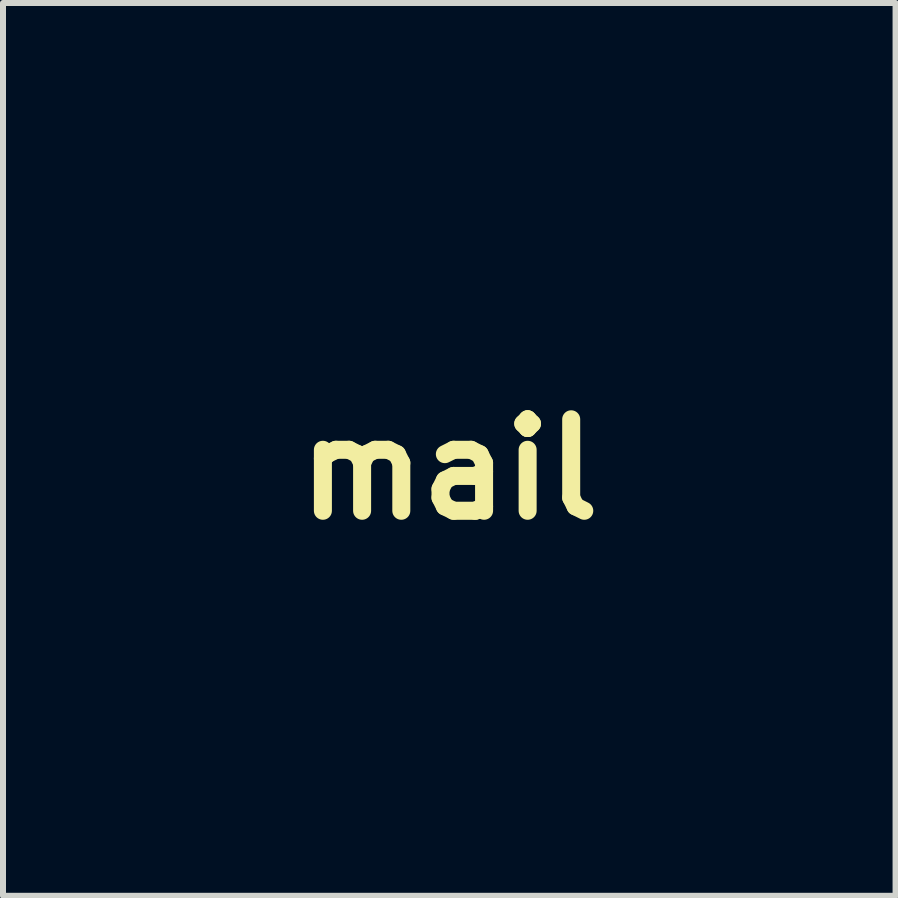
<source format=kicad_pcb>
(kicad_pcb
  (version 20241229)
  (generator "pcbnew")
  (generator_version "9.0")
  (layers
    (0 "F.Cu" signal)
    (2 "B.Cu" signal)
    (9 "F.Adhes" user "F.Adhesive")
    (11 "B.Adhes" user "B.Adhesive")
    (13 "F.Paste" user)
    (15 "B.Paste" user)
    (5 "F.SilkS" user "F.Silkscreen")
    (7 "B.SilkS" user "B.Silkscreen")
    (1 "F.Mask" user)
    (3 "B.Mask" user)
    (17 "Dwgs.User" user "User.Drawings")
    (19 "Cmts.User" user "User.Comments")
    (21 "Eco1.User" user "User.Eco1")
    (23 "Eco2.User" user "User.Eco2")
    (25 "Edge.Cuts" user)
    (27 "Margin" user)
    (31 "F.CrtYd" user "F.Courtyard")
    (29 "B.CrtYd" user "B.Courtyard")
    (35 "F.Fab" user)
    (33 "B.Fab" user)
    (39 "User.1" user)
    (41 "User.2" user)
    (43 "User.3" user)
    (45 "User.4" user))
  (footprint "mail"
    (layer "F.Cu")
    (at 4.434 4.77)
    (property "Reference" "mail" (at 0 0 0) (layer "F.SilkS") (effects (font (size 1.524 1.524) (thickness 0.3))))
    (attr board_only exclude_from_pos_files exclude_from_bom)
    (fp_poly (pts (xy 0.104 -4.77) (xy 0.181 -4.766) (xy 0.461 -4.744) (xy 0.725 -4.709) (xy 0.977 -4.662) (xy 1.218 -4.601) (xy 1.453 -4.526) (xy 1.583 -4.478) (xy 1.627 -4.461) (xy 1.665 -4.447) (xy 1.69 -4.438) (xy 1.694 -4.437) (xy 1.718 -4.428) (xy 1.758 -4.41) (xy 1.81 -4.386) (xy 1.872 -4.356) (xy 1.939 -4.322) (xy 2.008 -4.287) (xy 2.077 -4.252) (xy 2.141 -4.218) (xy 2.197 -4.188) (xy 2.241 -4.163) (xy 2.244 -4.161) (xy 2.508 -3.993) (xy 2.758 -3.807) (xy 2.995 -3.604) (xy 3.217 -3.386) (xy 3.424 -3.153) (xy 3.614 -2.906) (xy 3.785 -2.647) (xy 3.815 -2.598) (xy 3.841 -2.554) (xy 3.872 -2.497) (xy 3.906 -2.432) (xy 3.942 -2.363) (xy 3.979 -2.292) (xy 4.013 -2.223) (xy 4.045 -2.159) (xy 4.071 -2.103) (xy 4.091 -2.06) (xy 4.102 -2.032) (xy 4.103 -2.028) (xy 4.11 -2.007) (xy 4.123 -1.973) (xy 4.139 -1.931) (xy 4.144 -1.917) (xy 4.175 -1.834) (xy 4.21 -1.731) (xy 4.249 -1.61) (xy 4.267 -1.55) (xy 4.313 -1.378) (xy 4.354 -1.189) (xy 4.387 -0.987) (xy 4.413 -0.776) (xy 4.43 -0.562) (xy 4.433 -0.508) (xy 4.437 -0.321) (xy 4.431 -0.122) (xy 4.415 0.083) (xy 4.391 0.289) (xy 4.36 0.49) (xy 4.32 0.682) (xy 4.275 0.858) (xy 4.267 0.883) (xy 4.227 1.011) (xy 4.191 1.122) (xy 4.158 1.214) (xy 4.144 1.25) (xy 4.127 1.295) (xy 4.112 1.336) (xy 4.102 1.365) (xy 4.1 1.37) (xy 4.089 1.398) (xy 4.069 1.442) (xy 4.042 1.499) (xy 4.01 1.564) (xy 3.974 1.635) (xy 3.937 1.708) (xy 3.899 1.779) (xy 3.864 1.844) (xy 3.832 1.901) (xy 3.814 1.932) (xy 3.674 2.154) (xy 3.521 2.364) (xy 3.353 2.567) (xy 3.167 2.767) (xy 3.134 2.8) (xy 2.94 2.985) (xy 2.744 3.151) (xy 2.543 3.301) (xy 2.333 3.44) (xy 2.108 3.569) (xy 1.92 3.665) (xy 1.857 3.696) (xy 1.799 3.723) (xy 1.751 3.745) (xy 1.716 3.761) (xy 1.696 3.77) (xy 1.694 3.77) (xy 1.674 3.777) (xy 1.64 3.789) (xy 1.597 3.805) (xy 1.583 3.811) (xy 1.304 3.908) (xy 1.015 3.986) (xy 0.717 4.044) (xy 0.461 4.077) (xy 0.279 4.093) (xy 0.115 4.102) (xy -0.037 4.104) (xy -0.18 4.101) (xy -0.2 4.1) (xy -0.477 4.077) (xy -0.741 4.041) (xy -0.998 3.99) (xy -1.251 3.923) (xy -1.506 3.839) (xy -1.761 3.74) (xy -1.792 3.727) (xy -1.837 3.705) (xy -1.893 3.677) (xy -1.956 3.647) (xy -2.019 3.615) (xy -2.079 3.584) (xy -2.132 3.557) (xy -2.172 3.535) (xy -2.189 3.526) (xy -2.27 3.478) (xy -2.337 3.438) (xy -2.394 3.402) (xy -2.448 3.367) (xy -2.503 3.329) (xy -2.533 3.308) (xy -2.786 3.117) (xy -3.024 2.911) (xy -3.246 2.689) (xy -3.451 2.453) (xy -3.639 2.204) (xy -3.809 1.942) (xy -3.814 1.932) (xy -3.843 1.883) (xy -3.846 1.876) (xy -2.984 1.876) (xy -2.973 1.877) (xy -2.94 1.879) (xy -2.887 1.88) (xy -2.815 1.881) (xy -2.725 1.882) (xy -2.619 1.883) (xy -2.497 1.884) (xy -2.361 1.885) (xy -2.211 1.886) (xy -2.049 1.886) (xy -1.876 1.887) (xy -1.693 1.888) (xy -1.501 1.888) (xy -1.301 1.889) (xy -1.095 1.889) (xy -0.882 1.889) (xy -0.666 1.889) (xy -0.446 1.89) (xy -0.223 1.89) (xy 0.001 1.89) (xy 0.224 1.89) (xy 0.447 1.89) (xy 0.667 1.89) (xy 0.885 1.889) (xy 1.098 1.889) (xy 1.305 1.889) (xy 1.506 1.888) (xy 1.699 1.888) (xy 1.884 1.887) (xy 2.058 1.887) (xy 2.222 1.886) (xy 2.374 1.885) (xy 2.512 1.884) (xy 2.636 1.884) (xy 2.744 1.883) (xy 2.836 1.882) (xy 2.911 1.88) (xy 2.966 1.879) (xy 3.002 1.878) (xy 3.017 1.877) (xy 3.017 1.877) (xy 3.014 1.863) (xy 2.997 1.841) (xy 2.983 1.826) (xy 2.96 1.805) (xy 2.925 1.773) (xy 2.882 1.732) (xy 2.835 1.687) (xy 2.811 1.664) (xy 2.77 1.624) (xy 2.717 1.572) (xy 2.654 1.511) (xy 2.584 1.444) (xy 2.512 1.374) (xy 2.44 1.305) (xy 2.416 1.283) (xy 2.292 1.163) (xy 2.174 1.05) (xy 2.064 0.944) (xy 1.962 0.847) (xy 1.87 0.758) (xy 1.789 0.68) (xy 1.718 0.612) (xy 1.66 0.557) (xy 1.615 0.513) (xy 1.584 0.484) (xy 1.568 0.468) (xy 1.566 0.467) (xy 1.554 0.455) (xy 1.528 0.43) (xy 1.49 0.394) (xy 1.443 0.348) (xy 1.388 0.295) (xy 1.328 0.237) (xy 1.305 0.215) (xy 1.208 0.122) (xy 1.126 0.043) (xy 1.057 -0.023) (xy 1.001 -0.076) (xy 0.955 -0.119) (xy 0.92 -0.151) (xy 0.893 -0.175) (xy 0.873 -0.191) (xy 0.86 -0.201) (xy 0.851 -0.205) (xy 0.849 -0.206) (xy 0.843 -0.203) (xy 0.831 -0.196) (xy 0.812 -0.182) (xy 0.785 -0.162) (xy 0.748 -0.134) (xy 0.702 -0.097) (xy 0.645 -0.051) (xy 0.575 0.006) (xy 0.492 0.073) (xy 0.394 0.153) (xy 0.281 0.245) (xy 0.204 0.308) (xy 0.15 0.352) (xy 0.101 0.391) (xy 0.061 0.422) (xy 0.032 0.444) (xy 0.017 0.455) (xy 0.016 0.456) (xy 0.004 0.449) (xy -0.021 0.431) (xy -0.054 0.405) (xy -0.077 0.386) (xy -0.116 0.354) (xy -0.167 0.313) (xy -0.224 0.266) (xy -0.282 0.22) (xy -0.306 0.2) (xy -0.412 0.115) (xy -0.501 0.043) (xy -0.576 -0.018) (xy -0.637 -0.068) (xy -0.686 -0.108) (xy -0.725 -0.139) (xy -0.753 -0.162) (xy -0.773 -0.179) (xy -0.786 -0.191) (xy -0.792 -0.197) (xy -0.794 -0.2) (xy -0.8 -0.207) (xy -0.808 -0.21) (xy -0.82 -0.207) (xy -0.837 -0.196) (xy -0.861 -0.177) (xy -0.894 -0.149) (xy -0.937 -0.109) (xy -0.993 -0.056) (xy -1.062 0.01) (xy -1.083 0.031) (xy -1.119 0.066) (xy -1.167 0.112) (xy -1.226 0.169) (xy -1.292 0.232) (xy -1.363 0.3) (xy -1.435 0.37) (xy -1.478 0.411) (xy -1.55 0.479) (xy -1.622 0.549) (xy -1.691 0.615) (xy -1.754 0.676) (xy -1.809 0.729) (xy -1.853 0.771) (xy -1.872 0.79) (xy -1.919 0.835) (xy -1.966 0.88) (xy -2.007 0.92) (xy -2.039 0.95) (xy -2.041 0.952) (xy -2.071 0.981) (xy -2.116 1.023) (xy -2.171 1.076) (xy -2.234 1.136) (xy -2.303 1.202) (xy -2.374 1.271) (xy -2.446 1.34) (xy -2.516 1.407) (xy -2.581 1.469) (xy -2.638 1.524) (xy -2.683 1.567) (xy -2.737 1.618) (xy -2.793 1.672) (xy -2.846 1.723) (xy -2.891 1.766) (xy -2.904 1.779) (xy -2.943 1.818) (xy -2.97 1.849) (xy -2.984 1.87) (xy -2.984 1.876) (xy -3.846 1.876) (xy -3.876 1.822) (xy -3.912 1.755) (xy -3.95 1.683) (xy -3.987 1.61) (xy -4.022 1.541) (xy -4.052 1.478) (xy -4.077 1.425) (xy -4.094 1.386) (xy -4.1 1.37) (xy -4.108 1.345) (xy -4.123 1.307) (xy -4.14 1.262) (xy -4.145 1.25) (xy -4.238 0.982) (xy -4.314 0.704) (xy -4.372 0.418) (xy -4.411 0.125) (xy -4.432 -0.17) (xy -4.433 -0.303) (xy -3.285 -0.303) (xy -3.285 -0.123) (xy -3.284 0.055) (xy -3.284 0.23) (xy -3.284 0.401) (xy -3.283 0.566) (xy -3.282 0.724) (xy -3.282 0.873) (xy -3.281 1.012) (xy -3.28 1.139) (xy -3.278 1.254) (xy -3.277 1.354) (xy -3.276 1.439) (xy -3.274 1.506) (xy -3.272 1.555) (xy -3.271 1.585) (xy -3.269 1.592) (xy -3.256 1.624) (xy -3.225 1.6) (xy -3.207 1.585) (xy -3.177 1.557) (xy -3.137 1.519) (xy -3.091 1.475) (xy -3.044 1.43) (xy -3.008 1.394) (xy -2.96 1.348) (xy -2.903 1.293) (xy -2.839 1.232) (xy -2.772 1.166) (xy -2.702 1.1) (xy -2.633 1.033) (xy -2.567 0.97) (xy -2.507 0.912) (xy -2.455 0.862) (xy -2.413 0.822) (xy -2.384 0.794) (xy -2.378 0.789) (xy -2.361 0.772) (xy -2.329 0.742) (xy -2.285 0.7) (xy -2.231 0.648) (xy -2.168 0.588) (xy -2.099 0.521) (xy -2.025 0.45) (xy -1.948 0.376) (xy -1.869 0.301) (xy -1.792 0.227) (xy -1.718 0.155) (xy -1.648 0.088) (xy -1.585 0.027) (xy -1.539 -0.017) (xy -1.47 -0.083) (xy -1.403 -0.148) (xy -1.339 -0.21) (xy -1.281 -0.265) (xy -1.233 -0.311) (xy -1.196 -0.346) (xy -1.184 -0.358) (xy -1.097 -0.441) (xy -1.367 -0.673) (xy -1.475 -0.766) (xy -1.568 -0.845) (xy -1.647 -0.913) (xy -1.714 -0.97) (xy -1.77 -1.019) (xy -1.817 -1.059) (xy -1.857 -1.093) (xy -1.891 -1.122) (xy -1.921 -1.147) (xy -1.948 -1.17) (xy -1.951 -1.173) (xy -1.98 -1.197) (xy -2.022 -1.233) (xy -2.074 -1.278) (xy -2.135 -1.33) (xy -2.201 -1.387) (xy -2.272 -1.447) (xy -2.344 -1.509) (xy -2.414 -1.569) (xy -2.482 -1.627) (xy -2.544 -1.681) (xy -2.599 -1.728) (xy -2.644 -1.766) (xy -2.676 -1.794) (xy -2.694 -1.81) (xy -2.694 -1.81) (xy -2.718 -1.831) (xy -2.755 -1.862) (xy -2.801 -1.902) (xy -2.853 -1.947) (xy -2.907 -1.993) (xy -2.96 -2.038) (xy -3.007 -2.078) (xy -3.046 -2.111) (xy -3.066 -2.128) (xy -3.102 -2.158) (xy -3.146 -2.195) (xy -3.187 -2.231) (xy -3.188 -2.232) (xy -3.255 -2.291) (xy -3.269 -2.259) (xy -3.271 -2.244) (xy -3.273 -2.208) (xy -3.275 -2.153) (xy -3.276 -2.079) (xy -3.278 -1.989) (xy -3.279 -1.884) (xy -3.28 -1.765) (xy -3.281 -1.633) (xy -3.282 -1.491) (xy -3.283 -1.338) (xy -3.283 -1.178) (xy -3.284 -1.011) (xy -3.284 -0.839) (xy -3.285 -0.662) (xy -3.285 -0.483) (xy -3.285 -0.303) (xy -4.433 -0.303) (xy -4.434 -0.465) (xy -4.416 -0.758) (xy -4.38 -1.046) (xy -4.365 -1.128) (xy -4.324 -1.324) (xy -4.275 -1.521) (xy -4.218 -1.71) (xy -4.157 -1.885) (xy -4.144 -1.917) (xy -4.128 -1.96) (xy -4.114 -1.998) (xy -4.105 -2.023) (xy -4.103 -2.028) (xy -4.094 -2.052) (xy -4.076 -2.092) (xy -4.051 -2.145) (xy -4.021 -2.207) (xy -3.987 -2.276) (xy -3.95 -2.347) (xy -3.914 -2.417) (xy -3.879 -2.483) (xy -3.851 -2.534) (xy -3 -2.534) (xy -3 -2.53) (xy -2.99 -2.522) (xy -2.966 -2.501) (xy -2.93 -2.47) (xy -2.884 -2.431) (xy -2.831 -2.386) (xy -2.794 -2.354) (xy -2.73 -2.299) (xy -2.663 -2.242) (xy -2.598 -2.187) (xy -2.54 -2.138) (xy -2.494 -2.098) (xy -2.483 -2.089) (xy -2.447 -2.059) (xy -2.398 -2.017) (xy -2.337 -1.965) (xy -2.269 -1.907) (xy -2.195 -1.843) (xy -2.119 -1.778) (xy -2.066 -1.733) (xy -1.983 -1.662) (xy -1.888 -1.581) (xy -1.786 -1.493) (xy -1.68 -1.402) (xy -1.575 -1.312) (xy -1.476 -1.228) (xy -1.411 -1.173) (xy -1.331 -1.104) (xy -1.252 -1.036) (xy -1.176 -0.972) (xy -1.107 -0.912) (xy -1.046 -0.86) (xy -0.997 -0.818) (xy -0.961 -0.788) (xy -0.956 -0.783) (xy -0.925 -0.757) (xy -0.88 -0.719) (xy -0.822 -0.671) (xy -0.754 -0.615) (xy -0.677 -0.552) (xy -0.594 -0.483) (xy -0.507 -0.412) (xy -0.419 -0.341) (xy 0.012 0.01) (xy 0.133 -0.086) (xy 0.184 -0.128) (xy 0.246 -0.178) (xy 0.314 -0.232) (xy 0.379 -0.285) (xy 0.413 -0.313) (xy 0.477 -0.365) (xy 0.547 -0.422) (xy 0.576 -0.445) (xy 1.136 -0.445) (xy 1.143 -0.436) (xy 1.164 -0.413) (xy 1.198 -0.379) (xy 1.242 -0.334) (xy 1.295 -0.282) (xy 1.355 -0.223) (xy 1.402 -0.178) (xy 1.475 -0.108) (xy 1.55 -0.036) (xy 1.624 0.035) (xy 1.693 0.102) (xy 1.754 0.161) (xy 1.804 0.209) (xy 1.817 0.222) (xy 1.999 0.397) (xy 2.167 0.559) (xy 2.322 0.707) (xy 2.464 0.844) (xy 2.596 0.971) (xy 2.719 1.089) (xy 2.783 1.15) (xy 2.854 1.218) (xy 2.925 1.286) (xy 2.993 1.352) (xy 3.055 1.411) (xy 3.108 1.463) (xy 3.15 1.503) (xy 3.167 1.519) (xy 3.206 1.557) (xy 3.241 1.588) (xy 3.267 1.609) (xy 3.282 1.618) (xy 3.283 1.618) (xy 3.293 1.606) (xy 3.302 1.582) (xy 3.302 1.581) (xy 3.304 1.565) (xy 3.305 1.528) (xy 3.306 1.473) (xy 3.307 1.399) (xy 3.307 1.309) (xy 3.308 1.204) (xy 3.308 1.086) (xy 3.309 0.955) (xy 3.309 0.813) (xy 3.309 0.662) (xy 3.31 0.502) (xy 3.31 0.336) (xy 3.309 0.164) (xy 3.309 -0.012) (xy 3.309 -0.19) (xy 3.309 -0.369) (xy 3.308 -0.549) (xy 3.308 -0.726) (xy 3.307 -0.901) (xy 3.306 -1.072) (xy 3.306 -1.237) (xy 3.305 -1.394) (xy 3.304 -1.544) (xy 3.303 -1.683) (xy 3.302 -1.811) (xy 3.301 -1.927) (xy 3.3 -2.028) (xy 3.299 -2.114) (xy 3.298 -2.184) (xy 3.296 -2.235) (xy 3.295 -2.266) (xy 3.294 -2.277) (xy 3.291 -2.278) (xy 3.286 -2.277) (xy 3.278 -2.273) (xy 3.265 -2.265) (xy 3.248 -2.252) (xy 3.224 -2.234) (xy 3.193 -2.209) (xy 3.154 -2.177) (xy 3.106 -2.137) (xy 3.048 -2.087) (xy 2.978 -2.028) (xy 2.897 -1.959) (xy 2.802 -1.878) (xy 2.693 -1.784) (xy 2.569 -1.678) (xy 2.473 -1.596) (xy 2.401 -1.534) (xy 2.333 -1.476) (xy 2.271 -1.423) (xy 2.217 -1.376) (xy 2.174 -1.339) (xy 2.143 -1.312) (xy 2.129 -1.3) (xy 2.026 -1.213) (xy 1.939 -1.139) (xy 1.868 -1.078) (xy 1.812 -1.03) (xy 1.773 -0.996) (xy 1.75 -0.977) (xy 1.75 -0.976) (xy 1.734 -0.962) (xy 1.703 -0.936) (xy 1.659 -0.899) (xy 1.606 -0.853) (xy 1.544 -0.8) (xy 1.477 -0.743) (xy 1.428 -0.701) (xy 1.36 -0.642) (xy 1.297 -0.588) (xy 1.242 -0.54) (xy 1.196 -0.5) (xy 1.162 -0.47) (xy 1.141 -0.451) (xy 1.136 -0.445) (xy 0.576 -0.445) (xy 0.617 -0.479) (xy 0.68 -0.53) (xy 0.707 -0.552) (xy 0.761 -0.596) (xy 0.824 -0.648) (xy 0.892 -0.705) (xy 0.962 -0.764) (xy 1.029 -0.82) (xy 1.089 -0.871) (xy 1.138 -0.914) (xy 1.161 -0.934) (xy 1.177 -0.949) (xy 1.208 -0.975) (xy 1.252 -1.012) (xy 1.305 -1.058) (xy 1.367 -1.111) (xy 1.433 -1.168) (xy 1.478 -1.206) (xy 1.549 -1.266) (xy 1.617 -1.324) (xy 1.679 -1.378) (xy 1.734 -1.425) (xy 1.779 -1.463) (xy 1.811 -1.49) (xy 1.822 -1.5) (xy 1.954 -1.613) (xy 2.07 -1.712) (xy 2.171 -1.799) (xy 2.259 -1.874) (xy 2.334 -1.939) (xy 2.398 -1.993) (xy 2.451 -2.039) (xy 2.495 -2.077) (xy 2.531 -2.107) (xy 2.559 -2.131) (xy 2.582 -2.151) (xy 2.594 -2.161) (xy 2.63 -2.191) (xy 2.677 -2.232) (xy 2.732 -2.278) (xy 2.788 -2.327) (xy 2.821 -2.355) (xy 2.872 -2.398) (xy 2.918 -2.438) (xy 2.957 -2.472) (xy 2.985 -2.496) (xy 2.998 -2.506) (xy 3.015 -2.526) (xy 3.018 -2.542) (xy 3.018 -2.543) (xy 3.006 -2.544) (xy 2.973 -2.545) (xy 2.921 -2.546) (xy 2.849 -2.547) (xy 2.759 -2.548) (xy 2.653 -2.549) (xy 2.531 -2.55) (xy 2.395 -2.551) (xy 2.245 -2.551) (xy 2.084 -2.552) (xy 1.91 -2.553) (xy 1.727 -2.553) (xy 1.535 -2.554) (xy 1.335 -2.554) (xy 1.129 -2.555) (xy 0.917 -2.555) (xy 0.7 -2.555) (xy 0.48 -2.556) (xy 0.257 -2.556) (xy 0.033 -2.556) (xy -0.19 -2.556) (xy -0.413 -2.556) (xy -0.634 -2.556) (xy -0.851 -2.556) (xy -1.064 -2.556) (xy -1.272 -2.555) (xy -1.473 -2.555) (xy -1.666 -2.555) (xy -1.851 -2.554) (xy -2.026 -2.554) (xy -2.19 -2.553) (xy -2.342 -2.553) (xy -2.48 -2.552) (xy -2.604 -2.551) (xy -2.713 -2.55) (xy -2.806 -2.549) (xy -2.881 -2.548) (xy -2.937 -2.547) (xy -2.973 -2.546) (xy -2.988 -2.545) (xy -2.989 -2.545) (xy -3 -2.534) (xy -3.851 -2.534) (xy -3.847 -2.542) (xy -3.819 -2.59) (xy -3.815 -2.597) (xy -3.647 -2.859) (xy -3.46 -3.108) (xy -3.257 -3.343) (xy -3.038 -3.564) (xy -2.804 -3.77) (xy -2.557 -3.958) (xy -2.297 -4.129) (xy -2.265 -4.148) (xy -2.22 -4.174) (xy -2.164 -4.205) (xy -2.099 -4.239) (xy -2.03 -4.276) (xy -1.958 -4.312) (xy -1.889 -4.347) (xy -1.825 -4.378) (xy -1.77 -4.405) (xy -1.727 -4.424) (xy -1.699 -4.435) (xy -1.694 -4.437) (xy -1.674 -4.443) (xy -1.64 -4.456) (xy -1.597 -4.472) (xy -1.583 -4.478) (xy -1.501 -4.508) (xy -1.398 -4.543) (xy -1.277 -4.582) (xy -1.217 -4.6) (xy -1.049 -4.646) (xy -0.865 -4.685) (xy -0.67 -4.718) (xy -0.47 -4.743) (xy -0.271 -4.761) (xy -0.078 -4.77)) (stroke (width 0) (type solid)) (fill yes) (layer "F.Mask")))
  (gr_rect
    (start -3 -3)
    (end 11.87 11.874)
    (stroke (width 0.1) (type default))
    (fill no)
    (layer "Edge.Cuts")))
</source>
